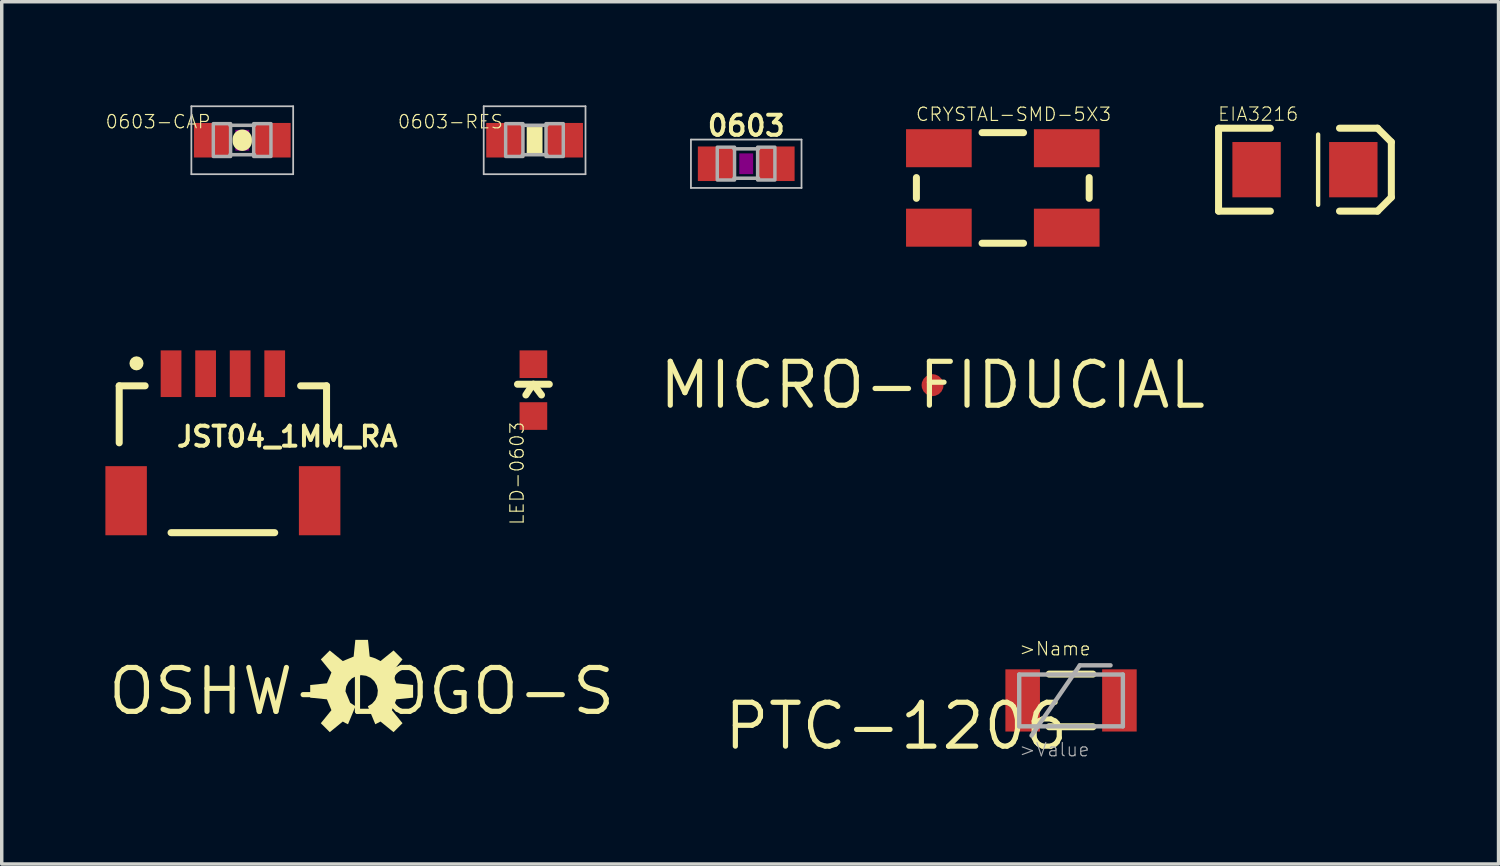
<source format=kicad_pcb>
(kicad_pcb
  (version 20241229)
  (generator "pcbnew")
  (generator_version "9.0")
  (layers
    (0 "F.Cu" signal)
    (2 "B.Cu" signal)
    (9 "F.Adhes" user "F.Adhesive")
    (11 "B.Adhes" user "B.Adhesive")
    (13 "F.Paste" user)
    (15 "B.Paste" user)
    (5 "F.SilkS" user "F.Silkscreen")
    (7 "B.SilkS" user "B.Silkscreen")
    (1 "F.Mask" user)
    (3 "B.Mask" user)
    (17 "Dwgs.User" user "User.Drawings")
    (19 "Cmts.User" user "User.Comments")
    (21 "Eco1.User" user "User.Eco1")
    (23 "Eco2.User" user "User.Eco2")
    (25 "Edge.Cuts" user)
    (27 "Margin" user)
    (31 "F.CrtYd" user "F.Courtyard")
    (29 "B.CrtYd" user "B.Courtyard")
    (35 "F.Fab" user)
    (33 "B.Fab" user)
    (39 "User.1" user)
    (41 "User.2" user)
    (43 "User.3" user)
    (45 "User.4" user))
  (footprint "OSHW-LOGO-S"
    (layer "F.Cu")
    (at 7.416 16.956)
    (property "Reference" "OSHW-LOGO-S" (at 0 0 0) (layer "F.SilkS") (effects (font (size 1.27 1.27) (thickness 0.15))))
    (attr through_hole)
    (fp_poly (pts (xy 0.395 0.953) (xy 0.546 0.875) (xy 0.923 1.182) (xy 1.182 0.923) (xy 0.875 0.546) (xy 1.005 0.232) (xy 1.489 0.183) (xy 1.489 -0.183) (xy 1.005 -0.232) (xy 0.875 -0.546) (xy 1.182 -0.923) (xy 0.923 -1.182) (xy 0.546 -0.875) (xy 0.395 -0.953) (xy 0.232 -1.005) (xy 0.183 -1.489) (xy -0.183 -1.489) (xy -0.232 -1.005) (xy -0.546 -0.875) (xy -0.923 -1.182) (xy -1.182 -0.923) (xy -0.875 -0.546) (xy -1.005 -0.232) (xy -1.489 -0.183) (xy -1.489 0.183) (xy -1.005 0.232) (xy -0.875 0.546) (xy -1.182 0.923) (xy -0.923 1.182) (xy -0.546 0.875) (xy -0.472 0.917) (xy -0.395 0.953) (xy -0.179 0.433) (xy -0.179 0.433) (xy -0.332 0.331) (xy -0.469 0) (xy -0.447 -0.142) (xy -0.382 -0.271) (xy -0.282 -0.374) (xy -0.155 -0.442) (xy -0.013 -0.468) (xy 0.13 -0.45) (xy 0.26 -0.39) (xy 0.366 -0.292) (xy 0.438 -0.167) (xy 0.468 -0.026) (xy 0.454 0.117) (xy 0.397 0.249) (xy 0.302 0.358) (xy 0.179 0.433)) (stroke (width 0) (type solid)) (fill yes) (layer "F.SilkS")))
  (footprint "LED-0603"
    (layer "F.Cu")
    (at 12.386 8.24)
    (property "Reference" "LED-0603" (at -0.699 0.889 90) (layer "F.SilkS") (effects (font (size 0.386 0.386) (thickness 0.033)) (justify right top)))
    (attr through_hole)
    (fp_line (start -0.46 -0.17) (end 0 -0.17) (stroke (width 0.203) (type solid)) (layer "F.SilkS"))
    (fp_line (start -0.025 -0.155) (end -0.218 0.14) (stroke (width 0.203) (type solid)) (layer "F.SilkS"))
    (fp_line (start 0 -0.17) (end 0.234 0.14) (stroke (width 0.203) (type solid)) (layer "F.SilkS"))
    (fp_line (start 0.46 -0.17) (end 0 -0.17) (stroke (width 0.203) (type solid)) (layer "F.SilkS"))
    (pad "A" smd rect (at 0 0.75) (size 0.8 0.8) (layers "F.Cu" "F.Mask" "F.Paste"))
    (pad "C" smd rect (at 0 -0.75) (size 0.8 0.8) (layers "F.Cu" "F.Mask" "F.Paste")))
  (footprint "0603"
    (layer "F.Cu")
    (at 18.545 1.689)
    (property "Reference" "0603" (at 0 -0.762 180) (layer "F.SilkS") (effects (font (size 0.579 0.579) (thickness 0.116)) (justify bottom)))
    (attr through_hole)
    (fp_poly (pts (xy -0.2 0.3) (xy 0.2 0.3) (xy 0.2 -0.3) (xy -0.2 -0.3)) (stroke (width 0) (type solid)) (fill yes) (layer "F.Adhes"))
    (fp_line (start -1.6 -0.7) (end 1.6 -0.7) (stroke (width 0.051) (type solid)) (layer "Dwgs.User"))
    (fp_line (start -1.6 0.7) (end -1.6 -0.7) (stroke (width 0.051) (type solid)) (layer "Dwgs.User"))
    (fp_line (start 1.6 -0.7) (end 1.6 0.7) (stroke (width 0.051) (type solid)) (layer "Dwgs.User"))
    (fp_line (start 1.6 0.7) (end -1.6 0.7) (stroke (width 0.051) (type solid)) (layer "Dwgs.User"))
    (fp_line (start -0.356 -0.432) (end 0.356 -0.432) (stroke (width 0.102) (type solid)) (layer "F.Fab"))
    (fp_line (start -0.356 0.419) (end 0.356 0.419) (stroke (width 0.102) (type solid)) (layer "F.Fab"))
    (fp_poly (pts (xy -0.838 0.47) (xy -0.338 0.47) (xy -0.338 -0.48) (xy -0.838 -0.48)) (stroke (width 0.1) (type solid)) (fill no) (layer "F.Fab"))
    (fp_poly (pts (xy 0.33 0.47) (xy 0.83 0.47) (xy 0.83 -0.48) (xy 0.33 -0.48)) (stroke (width 0.1) (type solid)) (fill no) (layer "F.Fab"))
    (pad "1" smd rect (at -0.85 0) (size 1.1 1) (layers "F.Cu" "F.Mask" "F.Paste"))
    (pad "2" smd rect (at 0.85 0) (size 1.1 1) (layers "F.Cu" "F.Mask" "F.Paste")))
  (footprint "JST04_1MM_RA"
    (layer "F.Cu")
    (at 3.4 7.765)
    (property "Reference" "JST04_1MM_RA" (at -1.397 2.159 0) (layer "F.SilkS") (effects (font (size 0.579 0.579) (thickness 0.116)) (justify left bottom)))
    (attr through_hole)
    (fp_line (start -3 0.35) (end -2.25 0.35) (stroke (width 0.203) (type solid)) (layer "F.SilkS"))
    (fp_line (start -3 2) (end -3 0.35) (stroke (width 0.203) (type solid)) (layer "F.SilkS"))
    (fp_line (start -1.5 4.6) (end 1.5 4.6) (stroke (width 0.203) (type solid)) (layer "F.SilkS"))
    (fp_line (start 2.25 0.35) (end 3 0.35) (stroke (width 0.203) (type solid)) (layer "F.SilkS"))
    (fp_line (start 3 0.35) (end 3 2) (stroke (width 0.203) (type solid)) (layer "F.SilkS"))
    (fp_circle (center -2.5 -0.3) (end -2.398 -0.3) (stroke (width 0.203) (type solid)) (fill no) (layer "F.SilkS"))
    (pad "1" smd rect (at -1.5 0) (size 0.6 1.35) (layers "F.Cu" "F.Mask" "F.Paste"))
    (pad "2" smd rect (at -0.5 0) (size 0.6 1.35) (layers "F.Cu" "F.Mask" "F.Paste"))
    (pad "3" smd rect (at 0.5 0) (size 0.6 1.35) (layers "F.Cu" "F.Mask" "F.Paste"))
    (pad "4" smd rect (at 1.5 0) (size 0.6 1.35) (layers "F.Cu" "F.Mask" "F.Paste"))
    (pad "NC1" smd rect (at 2.8 3.675) (size 1.2 2) (layers "F.Cu" "F.Mask" "F.Paste"))
    (pad "NC2" smd rect (at -2.8 3.675) (size 1.2 2) (layers "F.Cu" "F.Mask" "F.Paste")))
  (footprint "CRYSTAL-SMD-5X3"
    (layer "F.Cu")
    (at 25.97 2.389)
    (property "Reference" "CRYSTAL-SMD-5X3" (at -2.54 -1.905 0) (layer "F.SilkS") (effects (font (size 0.386 0.386) (thickness 0.033)) (justify left bottom)))
    (attr through_hole)
    (fp_line (start -2.5 -0.3) (end -2.5 0.3) (stroke (width 0.203) (type solid)) (layer "F.SilkS"))
    (fp_line (start -0.6 -1.6) (end 0.6 -1.6) (stroke (width 0.203) (type solid)) (layer "F.SilkS"))
    (fp_line (start 0.6 1.6) (end -0.6 1.6) (stroke (width 0.203) (type solid)) (layer "F.SilkS"))
    (fp_line (start 2.5 -0.3) (end 2.5 0.3) (stroke (width 0.203) (type solid)) (layer "F.SilkS"))
    (pad "1" smd rect (at -1.85 1.15) (size 1.9 1.1) (layers "F.Cu" "F.Mask" "F.Paste"))
    (pad "2" smd rect (at 1.85 1.15) (size 1.9 1.1) (layers "F.Cu" "F.Mask" "F.Paste"))
    (pad "3" smd rect (at 1.85 -1.15) (size 1.9 1.1) (layers "F.Cu" "F.Mask" "F.Paste"))
    (pad "4" smd rect (at -1.85 -1.15) (size 1.9 1.1) (layers "F.Cu" "F.Mask" "F.Paste")))
  (footprint "MICRO-FIDUCIAL"
    (layer "F.Cu")
    (at 23.937 8.096)
    (property "Reference" "MICRO-FIDUCIAL" (at 0 0 0) (layer "F.SilkS") (effects (font (size 1.27 1.27) (thickness 0.15))))
    (attr through_hole)
    (pad "1" smd roundrect (at 0 0) (size 0.635 0.635) (layers "F.Cu" "F.Mask") (roundrect_rratio 0.5)))
  (footprint "PTC-1206"
    (layer "F.Cu")
    (at 27.945 17.22)
    (property "Reference" "PTC-1206" (at 0 0 0) (layer "F.SilkS") (effects (font (size 1.27 1.27) (thickness 0.15)) (justify right top)))
    (attr through_hole)
    (fp_line (start -0.635 -0.762) (end 0.635 -0.762) (stroke (width 0.203) (type solid)) (layer "F.SilkS"))
    (fp_line (start 0.635 0.762) (end -0.635 0.762) (stroke (width 0.203) (type solid)) (layer "F.SilkS"))
    (fp_line (start -1.5 -0.75) (end 1.5 -0.75) (stroke (width 0.127) (type solid)) (layer "F.Fab"))
    (fp_line (start -1.5 0.75) (end -1.5 -0.75) (stroke (width 0.127) (type solid)) (layer "F.Fab"))
    (fp_line (start -1.143 1.016) (end 0.254 -1.016) (stroke (width 0.127) (type solid)) (layer "F.Fab"))
    (fp_line (start 0.254 -1.016) (end 1.143 -1.016) (stroke (width 0.127) (type solid)) (layer "F.Fab"))
    (fp_line (start 1.5 -0.75) (end 1.5 0.75) (stroke (width 0.127) (type solid)) (layer "F.Fab"))
    (fp_line (start 1.5 0.75) (end -1.5 0.75) (stroke (width 0.127) (type solid)) (layer "F.Fab"))
    (fp_text user ">Name" (at -1.524 -1.27 0) (layer "F.SilkS") (effects (font (size 0.386 0.386) (thickness 0.033)) (justify left bottom)))
    (fp_text user ">Value" (at -1.524 1.651 0) (layer "F.Fab") (effects (font (size 0.386 0.386) (thickness 0.033)) (justify left bottom)))
    (pad "1" smd rect (at -1.4 0) (size 1 1.8) (layers "F.Cu" "F.Mask" "F.Paste"))
    (pad "2" smd rect (at 1.4 0) (size 1 1.8) (layers "F.Cu" "F.Mask" "F.Paste")))
  (footprint "0603-RES"
    (layer "F.Cu")
    (at 12.421 1.008)
    (property "Reference" "0603-RES" (at -0.889 -0.762 0) (layer "F.SilkS") (effects (font (size 0.386 0.386) (thickness 0.033)) (justify right top)))
    (attr through_hole)
    (fp_poly (pts (xy -0.229 0.381) (xy 0.229 0.381) (xy 0.229 -0.381) (xy -0.229 -0.381)) (stroke (width 0) (type solid)) (fill yes) (layer "F.SilkS"))
    (fp_poly (pts (xy -0.2 0.3) (xy 0.2 0.3) (xy 0.2 -0.3) (xy -0.2 -0.3)) (stroke (width 0) (type solid)) (fill yes) (layer "F.Adhes"))
    (fp_line (start -1.473 -0.983) (end 1.473 -0.983) (stroke (width 0.051) (type solid)) (layer "Dwgs.User"))
    (fp_line (start -1.473 0.983) (end -1.473 -0.983) (stroke (width 0.051) (type solid)) (layer "Dwgs.User"))
    (fp_line (start 1.473 -0.983) (end 1.473 0.983) (stroke (width 0.051) (type solid)) (layer "Dwgs.User"))
    (fp_line (start 1.473 0.983) (end -1.473 0.983) (stroke (width 0.051) (type solid)) (layer "Dwgs.User"))
    (fp_line (start -0.356 -0.432) (end 0.356 -0.432) (stroke (width 0.102) (type solid)) (layer "F.Fab"))
    (fp_line (start -0.356 0.419) (end 0.356 0.419) (stroke (width 0.102) (type solid)) (layer "F.Fab"))
    (fp_poly (pts (xy -0.838 0.47) (xy -0.338 0.47) (xy -0.338 -0.48) (xy -0.838 -0.48)) (stroke (width 0.1) (type solid)) (fill no) (layer "F.Fab"))
    (fp_poly (pts (xy 0.33 0.47) (xy 0.83 0.47) (xy 0.83 -0.48) (xy 0.33 -0.48)) (stroke (width 0.1) (type solid)) (fill no) (layer "F.Fab"))
    (pad "1" smd rect (at -0.85 0) (size 1.1 1) (layers "F.Cu" "F.Mask" "F.Paste"))
    (pad "2" smd rect (at 0.85 0) (size 1.1 1) (layers "F.Cu" "F.Mask" "F.Paste")))
  (footprint "0603-CAP"
    (layer "F.Cu")
    (at 3.961 1.008)
    (property "Reference" "0603-CAP" (at -0.889 -0.762 0) (layer "F.SilkS") (effects (font (size 0.386 0.386) (thickness 0.033)) (justify right top)))
    (attr through_hole)
    (fp_line (start 0 -0.03) (end 0 0.03) (stroke (width 0.559) (type solid)) (layer "F.SilkS"))
    (fp_poly (pts (xy -0.2 0.3) (xy 0.2 0.3) (xy 0.2 -0.3) (xy -0.2 -0.3)) (stroke (width 0) (type solid)) (fill yes) (layer "F.Adhes"))
    (fp_line (start -1.473 -0.983) (end 1.473 -0.983) (stroke (width 0.051) (type solid)) (layer "Dwgs.User"))
    (fp_line (start -1.473 0.983) (end -1.473 -0.983) (stroke (width 0.051) (type solid)) (layer "Dwgs.User"))
    (fp_line (start 1.473 -0.983) (end 1.473 0.983) (stroke (width 0.051) (type solid)) (layer "Dwgs.User"))
    (fp_line (start 1.473 0.983) (end -1.473 0.983) (stroke (width 0.051) (type solid)) (layer "Dwgs.User"))
    (fp_line (start -0.356 -0.432) (end 0.356 -0.432) (stroke (width 0.102) (type solid)) (layer "F.Fab"))
    (fp_line (start -0.356 0.419) (end 0.356 0.419) (stroke (width 0.102) (type solid)) (layer "F.Fab"))
    (fp_poly (pts (xy -0.838 0.47) (xy -0.338 0.47) (xy -0.338 -0.48) (xy -0.838 -0.48)) (stroke (width 0.1) (type solid)) (fill no) (layer "F.Fab"))
    (fp_poly (pts (xy 0.33 0.47) (xy 0.83 0.47) (xy 0.83 -0.48) (xy 0.33 -0.48)) (stroke (width 0.1) (type solid)) (fill no) (layer "F.Fab"))
    (pad "1" smd rect (at -0.85 0) (size 1.1 1) (layers "F.Cu" "F.Mask" "F.Paste"))
    (pad "2" smd rect (at 0.85 0) (size 1.1 1) (layers "F.Cu" "F.Mask" "F.Paste")))
  (footprint "EIA3216"
    (layer "F.Cu")
    (at 34.714 1.86)
    (property "Reference" "EIA3216" (at -2.54 -1.381 0) (layer "F.SilkS") (effects (font (size 0.386 0.386) (thickness 0.031)) (justify left bottom)))
    (attr through_hole)
    (fp_line (start -2.5 -1.2) (end -1 -1.2) (stroke (width 0.203) (type solid)) (layer "F.SilkS"))
    (fp_line (start -2.5 1.2) (end -2.5 -1.2) (stroke (width 0.203) (type solid)) (layer "F.SilkS"))
    (fp_line (start -1 1.2) (end -2.5 1.2) (stroke (width 0.203) (type solid)) (layer "F.SilkS"))
    (fp_line (start 0.381 -1.016) (end 0.381 1.016) (stroke (width 0.127) (type solid)) (layer "F.SilkS"))
    (fp_line (start 1 1.2) (end 2.1 1.2) (stroke (width 0.203) (type solid)) (layer "F.SilkS"))
    (fp_line (start 2.1 -1.2) (end 1 -1.2) (stroke (width 0.203) (type solid)) (layer "F.SilkS"))
    (fp_line (start 2.1 1.2) (end 2.5 0.8) (stroke (width 0.203) (type solid)) (layer "F.SilkS"))
    (fp_line (start 2.5 -0.8) (end 2.1 -1.2) (stroke (width 0.203) (type solid)) (layer "F.SilkS"))
    (fp_line (start 2.5 0.8) (end 2.5 -0.8) (stroke (width 0.203) (type solid)) (layer "F.SilkS"))
    (pad "A" smd rect (at 1.4 0 90) (size 1.6 1.4) (layers "F.Cu" "F.Mask" "F.Paste"))
    (pad "C" smd rect (at -1.4 0 90) (size 1.6 1.4) (layers "F.Cu" "F.Mask" "F.Paste")))
  (gr_rect
    (start -3 -3)
    (end 40.316 21.954)
    (stroke (width 0.1) (type default))
    (fill no)
    (layer "Edge.Cuts")))
</source>
